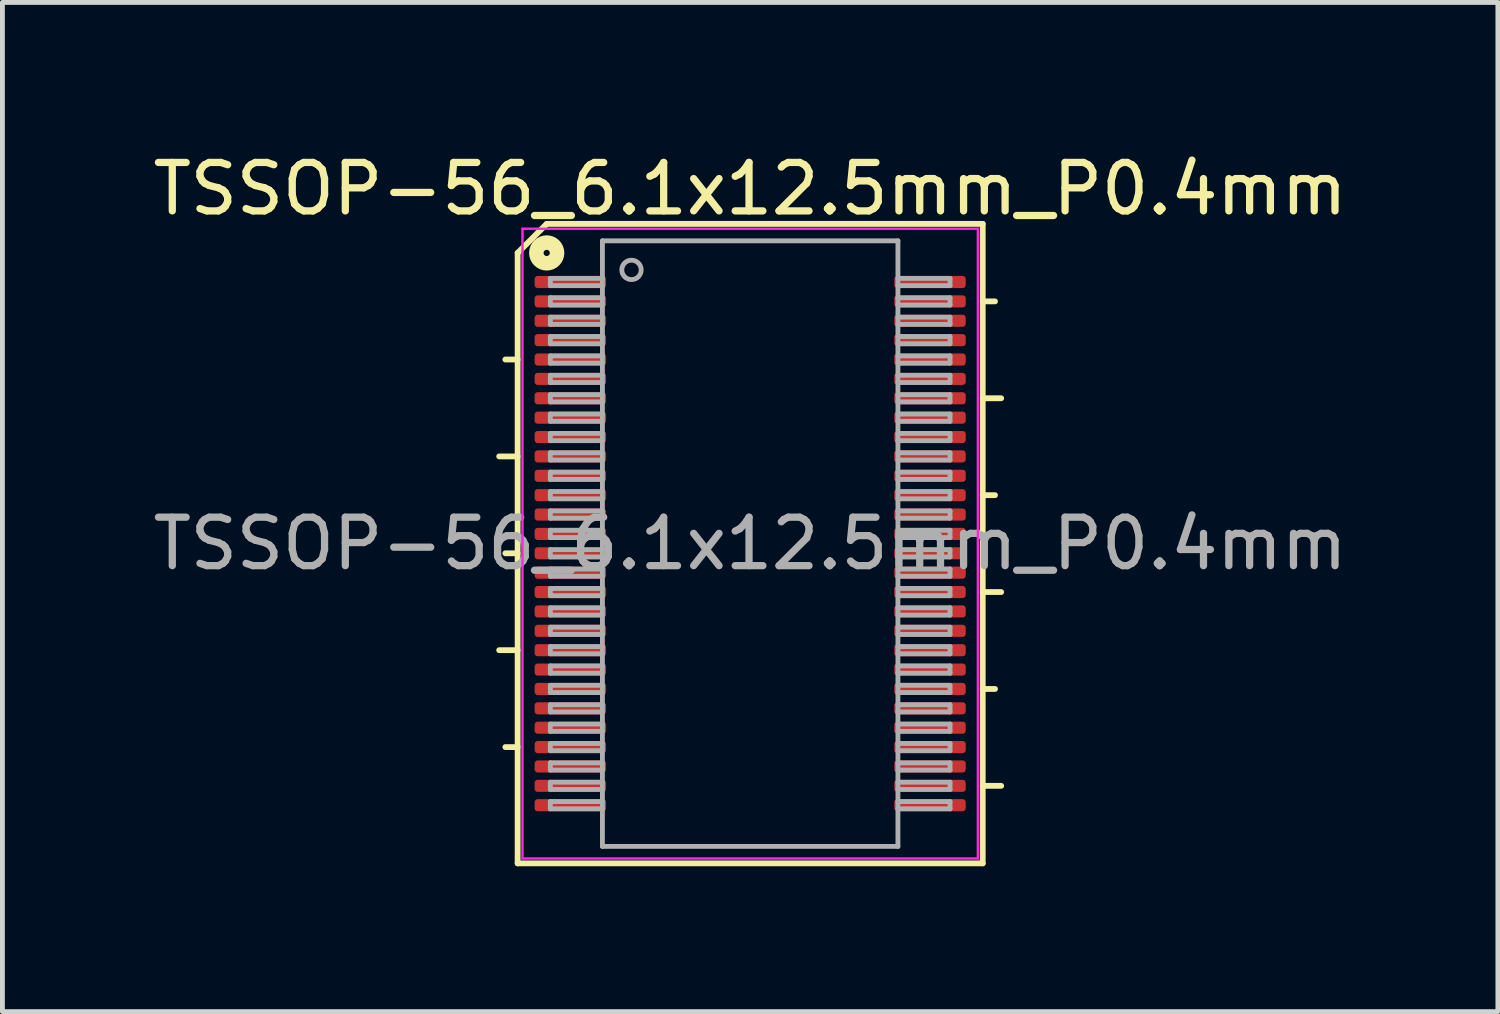
<source format=kicad_pcb>
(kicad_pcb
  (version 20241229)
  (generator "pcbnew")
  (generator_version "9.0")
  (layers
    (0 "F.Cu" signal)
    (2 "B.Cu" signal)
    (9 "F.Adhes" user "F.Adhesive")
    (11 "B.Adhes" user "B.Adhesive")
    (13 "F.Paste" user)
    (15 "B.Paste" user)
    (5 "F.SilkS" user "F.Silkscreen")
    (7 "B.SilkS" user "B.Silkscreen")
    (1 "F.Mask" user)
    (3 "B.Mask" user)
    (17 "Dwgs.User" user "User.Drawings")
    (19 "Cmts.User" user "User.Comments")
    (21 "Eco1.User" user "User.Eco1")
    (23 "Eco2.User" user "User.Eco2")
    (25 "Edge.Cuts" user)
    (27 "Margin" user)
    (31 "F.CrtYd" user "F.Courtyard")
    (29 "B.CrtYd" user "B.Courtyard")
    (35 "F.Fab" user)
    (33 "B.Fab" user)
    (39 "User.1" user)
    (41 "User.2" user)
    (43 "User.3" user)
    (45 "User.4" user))
  (footprint "TSSOP-56_6.1x12.5mm_P0.4mm"
    (layer "F.Cu")
    (at 12.435 8.171)
    (property "Reference" "TSSOP-56_6.1x12.5mm_P0.4mm" (at 0 -7.323 0) (layer "F.SilkS") (effects (font (size 1 1) (thickness 0.15))))
    (attr smd)
    (fp_line (start -4.8 -6) (end -4.8 6.6) (stroke (width 0.12) (type solid)) (layer "F.SilkS"))
    (fp_line (start -4.8 -6) (end -4.2 -6.6) (stroke (width 0.12) (type solid)) (layer "F.SilkS"))
    (fp_line (start -4.8 -3.8) (end -5.054 -3.8) (stroke (width 0.12) (type solid)) (layer "F.SilkS"))
    (fp_line (start -4.8 -1.8) (end -5.181 -1.8) (stroke (width 0.12) (type solid)) (layer "F.SilkS"))
    (fp_line (start -4.8 0.2) (end -5.054 0.2) (stroke (width 0.12) (type solid)) (layer "F.SilkS"))
    (fp_line (start -4.8 2.2) (end -5.181 2.2) (stroke (width 0.12) (type solid)) (layer "F.SilkS"))
    (fp_line (start -4.8 4.2) (end -5.054 4.2) (stroke (width 0.12) (type solid)) (layer "F.SilkS"))
    (fp_line (start -4.8 6.6) (end 4.8 6.6) (stroke (width 0.12) (type solid)) (layer "F.SilkS"))
    (fp_line (start 4.8 -6.6) (end -4.2 -6.6) (stroke (width 0.12) (type solid)) (layer "F.SilkS"))
    (fp_line (start 4.8 -5) (end 5.054 -5) (stroke (width 0.12) (type solid)) (layer "F.SilkS"))
    (fp_line (start 4.8 -3) (end 5.181 -3) (stroke (width 0.12) (type solid)) (layer "F.SilkS"))
    (fp_line (start 4.8 -1) (end 5.054 -1) (stroke (width 0.12) (type solid)) (layer "F.SilkS"))
    (fp_line (start 4.8 1) (end 5.181 1) (stroke (width 0.12) (type solid)) (layer "F.SilkS"))
    (fp_line (start 4.8 3) (end 5.054 3) (stroke (width 0.12) (type solid)) (layer "F.SilkS"))
    (fp_line (start 4.8 5) (end 5.181 5) (stroke (width 0.12) (type solid)) (layer "F.SilkS"))
    (fp_line (start 4.8 6.6) (end 4.8 -6.6) (stroke (width 0.12) (type solid)) (layer "F.SilkS"))
    (fp_circle (center -4.2 -6) (end -4.136 -6) (stroke (width 0.3) (type solid)) (fill no) (layer "F.SilkS"))
    (fp_line (start -4.7 -6.5) (end -4.7 6.5) (stroke (width 0.05) (type solid)) (layer "F.CrtYd"))
    (fp_line (start -4.7 6.5) (end 4.7 6.5) (stroke (width 0.05) (type solid)) (layer "F.CrtYd"))
    (fp_line (start 4.7 -6.5) (end -4.7 -6.5) (stroke (width 0.05) (type solid)) (layer "F.CrtYd"))
    (fp_line (start 4.7 6.5) (end 4.7 -6.5) (stroke (width 0.05) (type solid)) (layer "F.CrtYd"))
    (fp_line (start -4.125 -5.475) (end -4.125 -5.325) (stroke (width 0.1) (type solid)) (layer "F.Fab"))
    (fp_line (start -4.125 -5.475) (end -3.05 -5.475) (stroke (width 0.1) (type solid)) (layer "F.Fab"))
    (fp_line (start -4.125 -5.325) (end -3.05 -5.325) (stroke (width 0.1) (type solid)) (layer "F.Fab"))
    (fp_line (start -4.125 -5.075) (end -4.125 -4.925) (stroke (width 0.1) (type solid)) (layer "F.Fab"))
    (fp_line (start -4.125 -5.075) (end -3.05 -5.075) (stroke (width 0.1) (type solid)) (layer "F.Fab"))
    (fp_line (start -4.125 -4.925) (end -3.05 -4.925) (stroke (width 0.1) (type solid)) (layer "F.Fab"))
    (fp_line (start -4.125 -4.675) (end -4.125 -4.525) (stroke (width 0.1) (type solid)) (layer "F.Fab"))
    (fp_line (start -4.125 -4.675) (end -3.05 -4.675) (stroke (width 0.1) (type solid)) (layer "F.Fab"))
    (fp_line (start -4.125 -4.525) (end -3.05 -4.525) (stroke (width 0.1) (type solid)) (layer "F.Fab"))
    (fp_line (start -4.125 -4.275) (end -4.125 -4.125) (stroke (width 0.1) (type solid)) (layer "F.Fab"))
    (fp_line (start -4.125 -4.275) (end -3.05 -4.275) (stroke (width 0.1) (type solid)) (layer "F.Fab"))
    (fp_line (start -4.125 -4.125) (end -3.05 -4.125) (stroke (width 0.1) (type solid)) (layer "F.Fab"))
    (fp_line (start -4.125 -3.875) (end -4.125 -3.725) (stroke (width 0.1) (type solid)) (layer "F.Fab"))
    (fp_line (start -4.125 -3.875) (end -3.05 -3.875) (stroke (width 0.1) (type solid)) (layer "F.Fab"))
    (fp_line (start -4.125 -3.725) (end -3.05 -3.725) (stroke (width 0.1) (type solid)) (layer "F.Fab"))
    (fp_line (start -4.125 -3.475) (end -4.125 -3.325) (stroke (width 0.1) (type solid)) (layer "F.Fab"))
    (fp_line (start -4.125 -3.475) (end -3.05 -3.475) (stroke (width 0.1) (type solid)) (layer "F.Fab"))
    (fp_line (start -4.125 -3.325) (end -3.05 -3.325) (stroke (width 0.1) (type solid)) (layer "F.Fab"))
    (fp_line (start -4.125 -3.075) (end -4.125 -2.925) (stroke (width 0.1) (type solid)) (layer "F.Fab"))
    (fp_line (start -4.125 -3.075) (end -3.05 -3.075) (stroke (width 0.1) (type solid)) (layer "F.Fab"))
    (fp_line (start -4.125 -2.925) (end -3.05 -2.925) (stroke (width 0.1) (type solid)) (layer "F.Fab"))
    (fp_line (start -4.125 -2.675) (end -4.125 -2.525) (stroke (width 0.1) (type solid)) (layer "F.Fab"))
    (fp_line (start -4.125 -2.675) (end -3.05 -2.675) (stroke (width 0.1) (type solid)) (layer "F.Fab"))
    (fp_line (start -4.125 -2.525) (end -3.05 -2.525) (stroke (width 0.1) (type solid)) (layer "F.Fab"))
    (fp_line (start -4.125 -2.275) (end -4.125 -2.125) (stroke (width 0.1) (type solid)) (layer "F.Fab"))
    (fp_line (start -4.125 -2.275) (end -3.05 -2.275) (stroke (width 0.1) (type solid)) (layer "F.Fab"))
    (fp_line (start -4.125 -2.125) (end -3.05 -2.125) (stroke (width 0.1) (type solid)) (layer "F.Fab"))
    (fp_line (start -4.125 -1.875) (end -4.125 -1.725) (stroke (width 0.1) (type solid)) (layer "F.Fab"))
    (fp_line (start -4.125 -1.875) (end -3.05 -1.875) (stroke (width 0.1) (type solid)) (layer "F.Fab"))
    (fp_line (start -4.125 -1.725) (end -3.05 -1.725) (stroke (width 0.1) (type solid)) (layer "F.Fab"))
    (fp_line (start -4.125 -1.475) (end -4.125 -1.325) (stroke (width 0.1) (type solid)) (layer "F.Fab"))
    (fp_line (start -4.125 -1.475) (end -3.05 -1.475) (stroke (width 0.1) (type solid)) (layer "F.Fab"))
    (fp_line (start -4.125 -1.325) (end -3.05 -1.325) (stroke (width 0.1) (type solid)) (layer "F.Fab"))
    (fp_line (start -4.125 -1.075) (end -4.125 -0.925) (stroke (width 0.1) (type solid)) (layer "F.Fab"))
    (fp_line (start -4.125 -1.075) (end -3.05 -1.075) (stroke (width 0.1) (type solid)) (layer "F.Fab"))
    (fp_line (start -4.125 -0.925) (end -3.05 -0.925) (stroke (width 0.1) (type solid)) (layer "F.Fab"))
    (fp_line (start -4.125 -0.675) (end -4.125 -0.525) (stroke (width 0.1) (type solid)) (layer "F.Fab"))
    (fp_line (start -4.125 -0.675) (end -3.05 -0.675) (stroke (width 0.1) (type solid)) (layer "F.Fab"))
    (fp_line (start -4.125 -0.525) (end -3.05 -0.525) (stroke (width 0.1) (type solid)) (layer "F.Fab"))
    (fp_line (start -4.125 -0.275) (end -4.125 -0.125) (stroke (width 0.1) (type solid)) (layer "F.Fab"))
    (fp_line (start -4.125 -0.275) (end -3.05 -0.275) (stroke (width 0.1) (type solid)) (layer "F.Fab"))
    (fp_line (start -4.125 -0.125) (end -3.05 -0.125) (stroke (width 0.1) (type solid)) (layer "F.Fab"))
    (fp_line (start -4.125 0.125) (end -4.125 0.275) (stroke (width 0.1) (type solid)) (layer "F.Fab"))
    (fp_line (start -4.125 0.125) (end -3.05 0.125) (stroke (width 0.1) (type solid)) (layer "F.Fab"))
    (fp_line (start -4.125 0.275) (end -3.05 0.275) (stroke (width 0.1) (type solid)) (layer "F.Fab"))
    (fp_line (start -4.125 0.525) (end -4.125 0.675) (stroke (width 0.1) (type solid)) (layer "F.Fab"))
    (fp_line (start -4.125 0.525) (end -3.05 0.525) (stroke (width 0.1) (type solid)) (layer "F.Fab"))
    (fp_line (start -4.125 0.675) (end -3.05 0.675) (stroke (width 0.1) (type solid)) (layer "F.Fab"))
    (fp_line (start -4.125 0.925) (end -4.125 1.075) (stroke (width 0.1) (type solid)) (layer "F.Fab"))
    (fp_line (start -4.125 0.925) (end -3.05 0.925) (stroke (width 0.1) (type solid)) (layer "F.Fab"))
    (fp_line (start -4.125 1.075) (end -3.05 1.075) (stroke (width 0.1) (type solid)) (layer "F.Fab"))
    (fp_line (start -4.125 1.325) (end -4.125 1.475) (stroke (width 0.1) (type solid)) (layer "F.Fab"))
    (fp_line (start -4.125 1.325) (end -3.05 1.325) (stroke (width 0.1) (type solid)) (layer "F.Fab"))
    (fp_line (start -4.125 1.475) (end -3.05 1.475) (stroke (width 0.1) (type solid)) (layer "F.Fab"))
    (fp_line (start -4.125 1.725) (end -4.125 1.875) (stroke (width 0.1) (type solid)) (layer "F.Fab"))
    (fp_line (start -4.125 1.725) (end -3.05 1.725) (stroke (width 0.1) (type solid)) (layer "F.Fab"))
    (fp_line (start -4.125 1.875) (end -3.05 1.875) (stroke (width 0.1) (type solid)) (layer "F.Fab"))
    (fp_line (start -4.125 2.125) (end -4.125 2.275) (stroke (width 0.1) (type solid)) (layer "F.Fab"))
    (fp_line (start -4.125 2.125) (end -3.05 2.125) (stroke (width 0.1) (type solid)) (layer "F.Fab"))
    (fp_line (start -4.125 2.275) (end -3.05 2.275) (stroke (width 0.1) (type solid)) (layer "F.Fab"))
    (fp_line (start -4.125 2.525) (end -4.125 2.675) (stroke (width 0.1) (type solid)) (layer "F.Fab"))
    (fp_line (start -4.125 2.525) (end -3.05 2.525) (stroke (width 0.1) (type solid)) (layer "F.Fab"))
    (fp_line (start -4.125 2.675) (end -3.05 2.675) (stroke (width 0.1) (type solid)) (layer "F.Fab"))
    (fp_line (start -4.125 2.925) (end -4.125 3.075) (stroke (width 0.1) (type solid)) (layer "F.Fab"))
    (fp_line (start -4.125 2.925) (end -3.05 2.925) (stroke (width 0.1) (type solid)) (layer "F.Fab"))
    (fp_line (start -4.125 3.075) (end -3.05 3.075) (stroke (width 0.1) (type solid)) (layer "F.Fab"))
    (fp_line (start -4.125 3.325) (end -4.125 3.475) (stroke (width 0.1) (type solid)) (layer "F.Fab"))
    (fp_line (start -4.125 3.325) (end -3.05 3.325) (stroke (width 0.1) (type solid)) (layer "F.Fab"))
    (fp_line (start -4.125 3.475) (end -3.05 3.475) (stroke (width 0.1) (type solid)) (layer "F.Fab"))
    (fp_line (start -4.125 3.725) (end -4.125 3.875) (stroke (width 0.1) (type solid)) (layer "F.Fab"))
    (fp_line (start -4.125 3.725) (end -3.05 3.725) (stroke (width 0.1) (type solid)) (layer "F.Fab"))
    (fp_line (start -4.125 3.875) (end -3.05 3.875) (stroke (width 0.1) (type solid)) (layer "F.Fab"))
    (fp_line (start -4.125 4.125) (end -4.125 4.275) (stroke (width 0.1) (type solid)) (layer "F.Fab"))
    (fp_line (start -4.125 4.125) (end -3.05 4.125) (stroke (width 0.1) (type solid)) (layer "F.Fab"))
    (fp_line (start -4.125 4.275) (end -3.05 4.275) (stroke (width 0.1) (type solid)) (layer "F.Fab"))
    (fp_line (start -4.125 4.525) (end -4.125 4.675) (stroke (width 0.1) (type solid)) (layer "F.Fab"))
    (fp_line (start -4.125 4.525) (end -3.05 4.525) (stroke (width 0.1) (type solid)) (layer "F.Fab"))
    (fp_line (start -4.125 4.675) (end -3.05 4.675) (stroke (width 0.1) (type solid)) (layer "F.Fab"))
    (fp_line (start -4.125 4.925) (end -4.125 5.075) (stroke (width 0.1) (type solid)) (layer "F.Fab"))
    (fp_line (start -4.125 4.925) (end -3.05 4.925) (stroke (width 0.1) (type solid)) (layer "F.Fab"))
    (fp_line (start -4.125 5.075) (end -3.05 5.075) (stroke (width 0.1) (type solid)) (layer "F.Fab"))
    (fp_line (start -4.125 5.325) (end -4.125 5.475) (stroke (width 0.1) (type solid)) (layer "F.Fab"))
    (fp_line (start -4.125 5.325) (end -3.05 5.325) (stroke (width 0.1) (type solid)) (layer "F.Fab"))
    (fp_line (start -4.125 5.475) (end -3.05 5.475) (stroke (width 0.1) (type solid)) (layer "F.Fab"))
    (fp_line (start -3.05 -6.25) (end 3.05 -6.25) (stroke (width 0.1) (type solid)) (layer "F.Fab"))
    (fp_line (start -3.05 6.25) (end -3.05 -6.25) (stroke (width 0.1) (type solid)) (layer "F.Fab"))
    (fp_line (start 3.05 -6.25) (end 3.05 6.25) (stroke (width 0.1) (type solid)) (layer "F.Fab"))
    (fp_line (start 3.05 6.25) (end -3.05 6.25) (stroke (width 0.1) (type solid)) (layer "F.Fab"))
    (fp_line (start 4.125 -5.475) (end 3.05 -5.475) (stroke (width 0.1) (type solid)) (layer "F.Fab"))
    (fp_line (start 4.125 -5.325) (end 3.05 -5.325) (stroke (width 0.1) (type solid)) (layer "F.Fab"))
    (fp_line (start 4.125 -5.325) (end 4.125 -5.475) (stroke (width 0.1) (type solid)) (layer "F.Fab"))
    (fp_line (start 4.125 -5.075) (end 3.05 -5.075) (stroke (width 0.1) (type solid)) (layer "F.Fab"))
    (fp_line (start 4.125 -4.925) (end 3.05 -4.925) (stroke (width 0.1) (type solid)) (layer "F.Fab"))
    (fp_line (start 4.125 -4.925) (end 4.125 -5.075) (stroke (width 0.1) (type solid)) (layer "F.Fab"))
    (fp_line (start 4.125 -4.675) (end 3.05 -4.675) (stroke (width 0.1) (type solid)) (layer "F.Fab"))
    (fp_line (start 4.125 -4.525) (end 3.05 -4.525) (stroke (width 0.1) (type solid)) (layer "F.Fab"))
    (fp_line (start 4.125 -4.525) (end 4.125 -4.675) (stroke (width 0.1) (type solid)) (layer "F.Fab"))
    (fp_line (start 4.125 -4.275) (end 3.05 -4.275) (stroke (width 0.1) (type solid)) (layer "F.Fab"))
    (fp_line (start 4.125 -4.125) (end 3.05 -4.125) (stroke (width 0.1) (type solid)) (layer "F.Fab"))
    (fp_line (start 4.125 -4.125) (end 4.125 -4.275) (stroke (width 0.1) (type solid)) (layer "F.Fab"))
    (fp_line (start 4.125 -3.875) (end 3.05 -3.875) (stroke (width 0.1) (type solid)) (layer "F.Fab"))
    (fp_line (start 4.125 -3.725) (end 3.05 -3.725) (stroke (width 0.1) (type solid)) (layer "F.Fab"))
    (fp_line (start 4.125 -3.725) (end 4.125 -3.875) (stroke (width 0.1) (type solid)) (layer "F.Fab"))
    (fp_line (start 4.125 -3.475) (end 3.05 -3.475) (stroke (width 0.1) (type solid)) (layer "F.Fab"))
    (fp_line (start 4.125 -3.325) (end 3.05 -3.325) (stroke (width 0.1) (type solid)) (layer "F.Fab"))
    (fp_line (start 4.125 -3.325) (end 4.125 -3.475) (stroke (width 0.1) (type solid)) (layer "F.Fab"))
    (fp_line (start 4.125 -3.075) (end 3.05 -3.075) (stroke (width 0.1) (type solid)) (layer "F.Fab"))
    (fp_line (start 4.125 -2.925) (end 3.05 -2.925) (stroke (width 0.1) (type solid)) (layer "F.Fab"))
    (fp_line (start 4.125 -2.925) (end 4.125 -3.075) (stroke (width 0.1) (type solid)) (layer "F.Fab"))
    (fp_line (start 4.125 -2.675) (end 3.05 -2.675) (stroke (width 0.1) (type solid)) (layer "F.Fab"))
    (fp_line (start 4.125 -2.525) (end 3.05 -2.525) (stroke (width 0.1) (type solid)) (layer "F.Fab"))
    (fp_line (start 4.125 -2.525) (end 4.125 -2.675) (stroke (width 0.1) (type solid)) (layer "F.Fab"))
    (fp_line (start 4.125 -2.275) (end 3.05 -2.275) (stroke (width 0.1) (type solid)) (layer "F.Fab"))
    (fp_line (start 4.125 -2.125) (end 3.05 -2.125) (stroke (width 0.1) (type solid)) (layer "F.Fab"))
    (fp_line (start 4.125 -2.125) (end 4.125 -2.275) (stroke (width 0.1) (type solid)) (layer "F.Fab"))
    (fp_line (start 4.125 -1.875) (end 3.05 -1.875) (stroke (width 0.1) (type solid)) (layer "F.Fab"))
    (fp_line (start 4.125 -1.725) (end 3.05 -1.725) (stroke (width 0.1) (type solid)) (layer "F.Fab"))
    (fp_line (start 4.125 -1.725) (end 4.125 -1.875) (stroke (width 0.1) (type solid)) (layer "F.Fab"))
    (fp_line (start 4.125 -1.475) (end 3.05 -1.475) (stroke (width 0.1) (type solid)) (layer "F.Fab"))
    (fp_line (start 4.125 -1.325) (end 3.05 -1.325) (stroke (width 0.1) (type solid)) (layer "F.Fab"))
    (fp_line (start 4.125 -1.325) (end 4.125 -1.475) (stroke (width 0.1) (type solid)) (layer "F.Fab"))
    (fp_line (start 4.125 -1.075) (end 3.05 -1.075) (stroke (width 0.1) (type solid)) (layer "F.Fab"))
    (fp_line (start 4.125 -0.925) (end 3.05 -0.925) (stroke (width 0.1) (type solid)) (layer "F.Fab"))
    (fp_line (start 4.125 -0.925) (end 4.125 -1.075) (stroke (width 0.1) (type solid)) (layer "F.Fab"))
    (fp_line (start 4.125 -0.675) (end 3.05 -0.675) (stroke (width 0.1) (type solid)) (layer "F.Fab"))
    (fp_line (start 4.125 -0.525) (end 3.05 -0.525) (stroke (width 0.1) (type solid)) (layer "F.Fab"))
    (fp_line (start 4.125 -0.525) (end 4.125 -0.675) (stroke (width 0.1) (type solid)) (layer "F.Fab"))
    (fp_line (start 4.125 -0.275) (end 3.05 -0.275) (stroke (width 0.1) (type solid)) (layer "F.Fab"))
    (fp_line (start 4.125 -0.125) (end 3.05 -0.125) (stroke (width 0.1) (type solid)) (layer "F.Fab"))
    (fp_line (start 4.125 -0.125) (end 4.125 -0.275) (stroke (width 0.1) (type solid)) (layer "F.Fab"))
    (fp_line (start 4.125 0.125) (end 3.05 0.125) (stroke (width 0.1) (type solid)) (layer "F.Fab"))
    (fp_line (start 4.125 0.275) (end 3.05 0.275) (stroke (width 0.1) (type solid)) (layer "F.Fab"))
    (fp_line (start 4.125 0.275) (end 4.125 0.125) (stroke (width 0.1) (type solid)) (layer "F.Fab"))
    (fp_line (start 4.125 0.525) (end 3.05 0.525) (stroke (width 0.1) (type solid)) (layer "F.Fab"))
    (fp_line (start 4.125 0.675) (end 3.05 0.675) (stroke (width 0.1) (type solid)) (layer "F.Fab"))
    (fp_line (start 4.125 0.675) (end 4.125 0.525) (stroke (width 0.1) (type solid)) (layer "F.Fab"))
    (fp_line (start 4.125 0.925) (end 3.05 0.925) (stroke (width 0.1) (type solid)) (layer "F.Fab"))
    (fp_line (start 4.125 1.075) (end 3.05 1.075) (stroke (width 0.1) (type solid)) (layer "F.Fab"))
    (fp_line (start 4.125 1.075) (end 4.125 0.925) (stroke (width 0.1) (type solid)) (layer "F.Fab"))
    (fp_line (start 4.125 1.325) (end 3.05 1.325) (stroke (width 0.1) (type solid)) (layer "F.Fab"))
    (fp_line (start 4.125 1.475) (end 3.05 1.475) (stroke (width 0.1) (type solid)) (layer "F.Fab"))
    (fp_line (start 4.125 1.475) (end 4.125 1.325) (stroke (width 0.1) (type solid)) (layer "F.Fab"))
    (fp_line (start 4.125 1.725) (end 3.05 1.725) (stroke (width 0.1) (type solid)) (layer "F.Fab"))
    (fp_line (start 4.125 1.875) (end 3.05 1.875) (stroke (width 0.1) (type solid)) (layer "F.Fab"))
    (fp_line (start 4.125 1.875) (end 4.125 1.725) (stroke (width 0.1) (type solid)) (layer "F.Fab"))
    (fp_line (start 4.125 2.125) (end 3.05 2.125) (stroke (width 0.1) (type solid)) (layer "F.Fab"))
    (fp_line (start 4.125 2.275) (end 3.05 2.275) (stroke (width 0.1) (type solid)) (layer "F.Fab"))
    (fp_line (start 4.125 2.275) (end 4.125 2.125) (stroke (width 0.1) (type solid)) (layer "F.Fab"))
    (fp_line (start 4.125 2.525) (end 3.05 2.525) (stroke (width 0.1) (type solid)) (layer "F.Fab"))
    (fp_line (start 4.125 2.675) (end 3.05 2.675) (stroke (width 0.1) (type solid)) (layer "F.Fab"))
    (fp_line (start 4.125 2.675) (end 4.125 2.525) (stroke (width 0.1) (type solid)) (layer "F.Fab"))
    (fp_line (start 4.125 2.925) (end 3.05 2.925) (stroke (width 0.1) (type solid)) (layer "F.Fab"))
    (fp_line (start 4.125 3.075) (end 3.05 3.075) (stroke (width 0.1) (type solid)) (layer "F.Fab"))
    (fp_line (start 4.125 3.075) (end 4.125 2.925) (stroke (width 0.1) (type solid)) (layer "F.Fab"))
    (fp_line (start 4.125 3.325) (end 3.05 3.325) (stroke (width 0.1) (type solid)) (layer "F.Fab"))
    (fp_line (start 4.125 3.475) (end 3.05 3.475) (stroke (width 0.1) (type solid)) (layer "F.Fab"))
    (fp_line (start 4.125 3.475) (end 4.125 3.325) (stroke (width 0.1) (type solid)) (layer "F.Fab"))
    (fp_line (start 4.125 3.725) (end 3.05 3.725) (stroke (width 0.1) (type solid)) (layer "F.Fab"))
    (fp_line (start 4.125 3.875) (end 3.05 3.875) (stroke (width 0.1) (type solid)) (layer "F.Fab"))
    (fp_line (start 4.125 3.875) (end 4.125 3.725) (stroke (width 0.1) (type solid)) (layer "F.Fab"))
    (fp_line (start 4.125 4.125) (end 3.05 4.125) (stroke (width 0.1) (type solid)) (layer "F.Fab"))
    (fp_line (start 4.125 4.275) (end 3.05 4.275) (stroke (width 0.1) (type solid)) (layer "F.Fab"))
    (fp_line (start 4.125 4.275) (end 4.125 4.125) (stroke (width 0.1) (type solid)) (layer "F.Fab"))
    (fp_line (start 4.125 4.525) (end 3.05 4.525) (stroke (width 0.1) (type solid)) (layer "F.Fab"))
    (fp_line (start 4.125 4.675) (end 3.05 4.675) (stroke (width 0.1) (type solid)) (layer "F.Fab"))
    (fp_line (start 4.125 4.675) (end 4.125 4.525) (stroke (width 0.1) (type solid)) (layer "F.Fab"))
    (fp_line (start 4.125 4.925) (end 3.05 4.925) (stroke (width 0.1) (type solid)) (layer "F.Fab"))
    (fp_line (start 4.125 5.075) (end 3.05 5.075) (stroke (width 0.1) (type solid)) (layer "F.Fab"))
    (fp_line (start 4.125 5.075) (end 4.125 4.925) (stroke (width 0.1) (type solid)) (layer "F.Fab"))
    (fp_line (start 4.125 5.325) (end 3.05 5.325) (stroke (width 0.1) (type solid)) (layer "F.Fab"))
    (fp_line (start 4.125 5.475) (end 3.05 5.475) (stroke (width 0.1) (type solid)) (layer "F.Fab"))
    (fp_line (start 4.125 5.475) (end 4.125 5.325) (stroke (width 0.1) (type solid)) (layer "F.Fab"))
    (fp_circle (center -2.45 -5.65) (end -2.25 -5.65) (stroke (width 0.1) (type solid)) (fill no) (layer "F.Fab"))
    (fp_text user "${REFERENCE}" (at 0 0 0) (layer "F.Fab") (effects (font (size 1 1) (thickness 0.15))))
    (pad "1" smd roundrect (at -3.712 -5.4) (size 1.475 0.25) (layers "F.Cu" "F.Mask" "F.Paste") (roundrect_rratio 0.25))
    (pad "2" smd roundrect (at -3.712 -5) (size 1.475 0.25) (layers "F.Cu" "F.Mask" "F.Paste") (roundrect_rratio 0.25))
    (pad "3" smd roundrect (at -3.712 -4.6) (size 1.475 0.25) (layers "F.Cu" "F.Mask" "F.Paste") (roundrect_rratio 0.25))
    (pad "4" smd roundrect (at -3.712 -4.2) (size 1.475 0.25) (layers "F.Cu" "F.Mask" "F.Paste") (roundrect_rratio 0.25))
    (pad "5" smd roundrect (at -3.712 -3.8) (size 1.475 0.25) (layers "F.Cu" "F.Mask" "F.Paste") (roundrect_rratio 0.25))
    (pad "6" smd roundrect (at -3.712 -3.4) (size 1.475 0.25) (layers "F.Cu" "F.Mask" "F.Paste") (roundrect_rratio 0.25))
    (pad "7" smd roundrect (at -3.712 -3) (size 1.475 0.25) (layers "F.Cu" "F.Mask" "F.Paste") (roundrect_rratio 0.25))
    (pad "8" smd roundrect (at -3.712 -2.6) (size 1.475 0.25) (layers "F.Cu" "F.Mask" "F.Paste") (roundrect_rratio 0.25))
    (pad "9" smd roundrect (at -3.712 -2.2) (size 1.475 0.25) (layers "F.Cu" "F.Mask" "F.Paste") (roundrect_rratio 0.25))
    (pad "10" smd roundrect (at -3.712 -1.8) (size 1.475 0.25) (layers "F.Cu" "F.Mask" "F.Paste") (roundrect_rratio 0.25))
    (pad "11" smd roundrect (at -3.712 -1.4) (size 1.475 0.25) (layers "F.Cu" "F.Mask" "F.Paste") (roundrect_rratio 0.25))
    (pad "12" smd roundrect (at -3.712 -1) (size 1.475 0.25) (layers "F.Cu" "F.Mask" "F.Paste") (roundrect_rratio 0.25))
    (pad "13" smd roundrect (at -3.712 -0.6) (size 1.475 0.25) (layers "F.Cu" "F.Mask" "F.Paste") (roundrect_rratio 0.25))
    (pad "14" smd roundrect (at -3.712 -0.2) (size 1.475 0.25) (layers "F.Cu" "F.Mask" "F.Paste") (roundrect_rratio 0.25))
    (pad "15" smd roundrect (at -3.712 0.2) (size 1.475 0.25) (layers "F.Cu" "F.Mask" "F.Paste") (roundrect_rratio 0.25))
    (pad "16" smd roundrect (at -3.712 0.6) (size 1.475 0.25) (layers "F.Cu" "F.Mask" "F.Paste") (roundrect_rratio 0.25))
    (pad "17" smd roundrect (at -3.712 1) (size 1.475 0.25) (layers "F.Cu" "F.Mask" "F.Paste") (roundrect_rratio 0.25))
    (pad "18" smd roundrect (at -3.712 1.4) (size 1.475 0.25) (layers "F.Cu" "F.Mask" "F.Paste") (roundrect_rratio 0.25))
    (pad "19" smd roundrect (at -3.712 1.8) (size 1.475 0.25) (layers "F.Cu" "F.Mask" "F.Paste") (roundrect_rratio 0.25))
    (pad "20" smd roundrect (at -3.712 2.2) (size 1.475 0.25) (layers "F.Cu" "F.Mask" "F.Paste") (roundrect_rratio 0.25))
    (pad "21" smd roundrect (at -3.712 2.6) (size 1.475 0.25) (layers "F.Cu" "F.Mask" "F.Paste") (roundrect_rratio 0.25))
    (pad "22" smd roundrect (at -3.712 3) (size 1.475 0.25) (layers "F.Cu" "F.Mask" "F.Paste") (roundrect_rratio 0.25))
    (pad "23" smd roundrect (at -3.712 3.4) (size 1.475 0.25) (layers "F.Cu" "F.Mask" "F.Paste") (roundrect_rratio 0.25))
    (pad "24" smd roundrect (at -3.712 3.8) (size 1.475 0.25) (layers "F.Cu" "F.Mask" "F.Paste") (roundrect_rratio 0.25))
    (pad "25" smd roundrect (at -3.712 4.2) (size 1.475 0.25) (layers "F.Cu" "F.Mask" "F.Paste") (roundrect_rratio 0.25))
    (pad "26" smd roundrect (at -3.712 4.6) (size 1.475 0.25) (layers "F.Cu" "F.Mask" "F.Paste") (roundrect_rratio 0.25))
    (pad "27" smd roundrect (at -3.712 5) (size 1.475 0.25) (layers "F.Cu" "F.Mask" "F.Paste") (roundrect_rratio 0.25))
    (pad "28" smd roundrect (at -3.712 5.4) (size 1.475 0.25) (layers "F.Cu" "F.Mask" "F.Paste") (roundrect_rratio 0.25))
    (pad "29" smd roundrect (at 3.712 5.4) (size 1.475 0.25) (layers "F.Cu" "F.Mask" "F.Paste") (roundrect_rratio 0.25))
    (pad "30" smd roundrect (at 3.712 5) (size 1.475 0.25) (layers "F.Cu" "F.Mask" "F.Paste") (roundrect_rratio 0.25))
    (pad "31" smd roundrect (at 3.712 4.6) (size 1.475 0.25) (layers "F.Cu" "F.Mask" "F.Paste") (roundrect_rratio 0.25))
    (pad "32" smd roundrect (at 3.712 4.2) (size 1.475 0.25) (layers "F.Cu" "F.Mask" "F.Paste") (roundrect_rratio 0.25))
    (pad "33" smd roundrect (at 3.712 3.8) (size 1.475 0.25) (layers "F.Cu" "F.Mask" "F.Paste") (roundrect_rratio 0.25))
    (pad "34" smd roundrect (at 3.712 3.4) (size 1.475 0.25) (layers "F.Cu" "F.Mask" "F.Paste") (roundrect_rratio 0.25))
    (pad "35" smd roundrect (at 3.712 3) (size 1.475 0.25) (layers "F.Cu" "F.Mask" "F.Paste") (roundrect_rratio 0.25))
    (pad "36" smd roundrect (at 3.712 2.6) (size 1.475 0.25) (layers "F.Cu" "F.Mask" "F.Paste") (roundrect_rratio 0.25))
    (pad "37" smd roundrect (at 3.712 2.2) (size 1.475 0.25) (layers "F.Cu" "F.Mask" "F.Paste") (roundrect_rratio 0.25))
    (pad "38" smd roundrect (at 3.712 1.8) (size 1.475 0.25) (layers "F.Cu" "F.Mask" "F.Paste") (roundrect_rratio 0.25))
    (pad "39" smd roundrect (at 3.712 1.4) (size 1.475 0.25) (layers "F.Cu" "F.Mask" "F.Paste") (roundrect_rratio 0.25))
    (pad "40" smd roundrect (at 3.712 1) (size 1.475 0.25) (layers "F.Cu" "F.Mask" "F.Paste") (roundrect_rratio 0.25))
    (pad "41" smd roundrect (at 3.712 0.6) (size 1.475 0.25) (layers "F.Cu" "F.Mask" "F.Paste") (roundrect_rratio 0.25))
    (pad "42" smd roundrect (at 3.712 0.2) (size 1.475 0.25) (layers "F.Cu" "F.Mask" "F.Paste") (roundrect_rratio 0.25))
    (pad "43" smd roundrect (at 3.712 -0.2) (size 1.475 0.25) (layers "F.Cu" "F.Mask" "F.Paste") (roundrect_rratio 0.25))
    (pad "44" smd roundrect (at 3.712 -0.6) (size 1.475 0.25) (layers "F.Cu" "F.Mask" "F.Paste") (roundrect_rratio 0.25))
    (pad "45" smd roundrect (at 3.712 -1) (size 1.475 0.25) (layers "F.Cu" "F.Mask" "F.Paste") (roundrect_rratio 0.25))
    (pad "46" smd roundrect (at 3.712 -1.4) (size 1.475 0.25) (layers "F.Cu" "F.Mask" "F.Paste") (roundrect_rratio 0.25))
    (pad "47" smd roundrect (at 3.712 -1.8) (size 1.475 0.25) (layers "F.Cu" "F.Mask" "F.Paste") (roundrect_rratio 0.25))
    (pad "48" smd roundrect (at 3.712 -2.2) (size 1.475 0.25) (layers "F.Cu" "F.Mask" "F.Paste") (roundrect_rratio 0.25))
    (pad "49" smd roundrect (at 3.712 -2.6) (size 1.475 0.25) (layers "F.Cu" "F.Mask" "F.Paste") (roundrect_rratio 0.25))
    (pad "50" smd roundrect (at 3.712 -3) (size 1.475 0.25) (layers "F.Cu" "F.Mask" "F.Paste") (roundrect_rratio 0.25))
    (pad "51" smd roundrect (at 3.712 -3.4) (size 1.475 0.25) (layers "F.Cu" "F.Mask" "F.Paste") (roundrect_rratio 0.25))
    (pad "52" smd roundrect (at 3.712 -3.8) (size 1.475 0.25) (layers "F.Cu" "F.Mask" "F.Paste") (roundrect_rratio 0.25))
    (pad "53" smd roundrect (at 3.712 -4.2) (size 1.475 0.25) (layers "F.Cu" "F.Mask" "F.Paste") (roundrect_rratio 0.25))
    (pad "54" smd roundrect (at 3.712 -4.6) (size 1.475 0.25) (layers "F.Cu" "F.Mask" "F.Paste") (roundrect_rratio 0.25))
    (pad "55" smd roundrect (at 3.712 -5) (size 1.475 0.25) (layers "F.Cu" "F.Mask" "F.Paste") (roundrect_rratio 0.25))
    (pad "56" smd roundrect (at 3.712 -5.4) (size 1.475 0.25) (layers "F.Cu" "F.Mask" "F.Paste") (roundrect_rratio 0.25)))
  (gr_rect
    (start -3 -3)
    (end 27.869 17.831)
    (stroke (width 0.1) (type default))
    (fill no)
    (layer "Edge.Cuts")))
</source>
